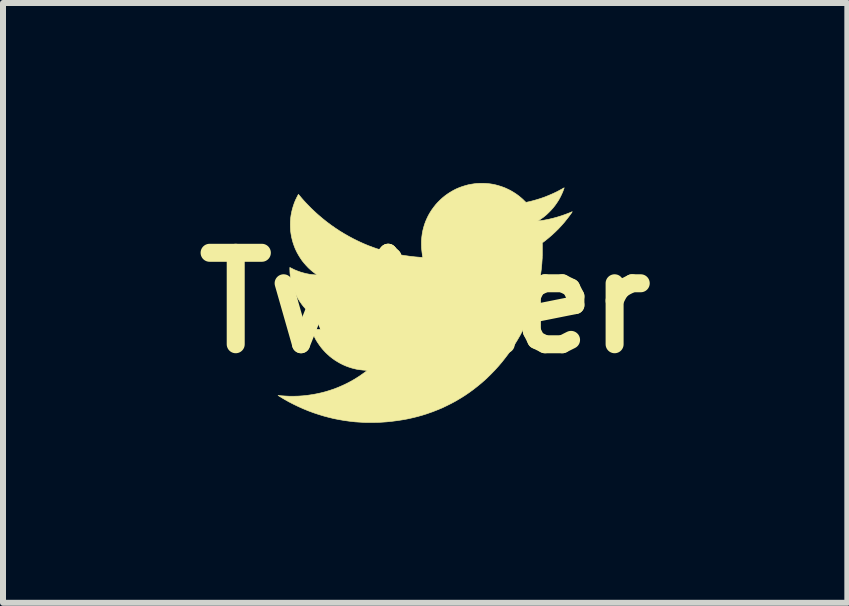
<source format=kicad_pcb>
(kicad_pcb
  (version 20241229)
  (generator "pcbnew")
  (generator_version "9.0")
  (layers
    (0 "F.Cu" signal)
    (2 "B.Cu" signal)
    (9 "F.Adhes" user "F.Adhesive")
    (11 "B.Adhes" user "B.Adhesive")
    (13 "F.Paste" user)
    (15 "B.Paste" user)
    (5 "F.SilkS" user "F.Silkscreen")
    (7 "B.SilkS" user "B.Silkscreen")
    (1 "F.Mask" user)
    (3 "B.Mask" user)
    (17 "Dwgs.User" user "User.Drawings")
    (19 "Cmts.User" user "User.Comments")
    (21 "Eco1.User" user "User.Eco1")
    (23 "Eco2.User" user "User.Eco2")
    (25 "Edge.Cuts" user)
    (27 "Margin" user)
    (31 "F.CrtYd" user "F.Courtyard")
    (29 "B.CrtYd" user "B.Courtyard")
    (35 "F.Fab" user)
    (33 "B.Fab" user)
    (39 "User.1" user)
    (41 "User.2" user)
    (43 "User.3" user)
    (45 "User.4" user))
  (footprint "Twitter"
    (layer "F.Cu")
    (at 4.035 1.997)
    (property "Reference" "Twitter" (at 0 0 0) (layer "F.SilkS") (effects (font (size 1.524 1.524) (thickness 0.3))))
    (attr through_hole)
    (fp_poly (pts (xy 0.943 -1.992) (xy 0.961 -1.992) (xy 0.977 -1.992) (xy 0.991 -1.991) (xy 1.003 -1.991) (xy 1.015 -1.99) (xy 1.027 -1.989) (xy 1.038 -1.988) (xy 1.051 -1.987) (xy 1.065 -1.985) (xy 1.072 -1.985) (xy 1.124 -1.977) (xy 1.176 -1.966) (xy 1.227 -1.952) (xy 1.277 -1.936) (xy 1.326 -1.918) (xy 1.374 -1.896) (xy 1.421 -1.873) (xy 1.467 -1.846) (xy 1.511 -1.818) (xy 1.554 -1.787) (xy 1.596 -1.753) (xy 1.614 -1.737) (xy 1.619 -1.733) (xy 1.626 -1.727) (xy 1.633 -1.72) (xy 1.641 -1.712) (xy 1.649 -1.704) (xy 1.653 -1.7) (xy 1.679 -1.675) (xy 1.71 -1.681) (xy 1.782 -1.698) (xy 1.854 -1.718) (xy 1.925 -1.74) (xy 1.996 -1.765) (xy 2.065 -1.793) (xy 2.134 -1.823) (xy 2.201 -1.855) (xy 2.266 -1.89) (xy 2.29 -1.903) (xy 2.297 -1.907) (xy 2.304 -1.911) (xy 2.31 -1.914) (xy 2.314 -1.917) (xy 2.316 -1.918) (xy 2.316 -1.918) (xy 2.316 -1.916) (xy 2.315 -1.913) (xy 2.314 -1.908) (xy 2.312 -1.904) (xy 2.294 -1.854) (xy 2.273 -1.806) (xy 2.249 -1.758) (xy 2.224 -1.712) (xy 2.195 -1.668) (xy 2.165 -1.625) (xy 2.132 -1.583) (xy 2.097 -1.544) (xy 2.06 -1.506) (xy 2.021 -1.469) (xy 2.003 -1.454) (xy 1.992 -1.445) (xy 1.981 -1.436) (xy 1.97 -1.427) (xy 1.959 -1.419) (xy 1.947 -1.411) (xy 1.934 -1.402) (xy 1.92 -1.392) (xy 1.904 -1.381) (xy 1.886 -1.37) (xy 1.883 -1.368) (xy 1.876 -1.363) (xy 1.885 -1.364) (xy 1.892 -1.365) (xy 1.9 -1.366) (xy 1.911 -1.367) (xy 1.922 -1.369) (xy 1.935 -1.371) (xy 1.948 -1.373) (xy 1.96 -1.375) (xy 1.973 -1.377) (xy 1.981 -1.378) (xy 2.054 -1.392) (xy 2.127 -1.409) (xy 2.2 -1.429) (xy 2.271 -1.451) (xy 2.342 -1.476) (xy 2.412 -1.503) (xy 2.436 -1.513) (xy 2.441 -1.516) (xy 2.446 -1.518) (xy 2.45 -1.519) (xy 2.451 -1.519) (xy 2.45 -1.518) (xy 2.448 -1.514) (xy 2.445 -1.509) (xy 2.44 -1.502) (xy 2.435 -1.494) (xy 2.428 -1.485) (xy 2.421 -1.475) (xy 2.414 -1.465) (xy 2.406 -1.454) (xy 2.398 -1.443) (xy 2.39 -1.432) (xy 2.382 -1.422) (xy 2.374 -1.412) (xy 2.367 -1.403) (xy 2.321 -1.345) (xy 2.272 -1.289) (xy 2.221 -1.234) (xy 2.168 -1.182) (xy 2.113 -1.131) (xy 2.056 -1.082) (xy 1.997 -1.034) (xy 1.977 -1.019) (xy 1.951 -1) (xy 1.952 -0.978) (xy 1.952 -0.968) (xy 1.952 -0.956) (xy 1.952 -0.942) (xy 1.952 -0.927) (xy 1.952 -0.91) (xy 1.952 -0.893) (xy 1.952 -0.875) (xy 1.952 -0.857) (xy 1.952 -0.839) (xy 1.952 -0.822) (xy 1.952 -0.805) (xy 1.952 -0.789) (xy 1.951 -0.775) (xy 1.951 -0.762) (xy 1.951 -0.751) (xy 1.951 -0.743) (xy 1.95 -0.739) (xy 1.944 -0.649) (xy 1.935 -0.56) (xy 1.924 -0.473) (xy 1.91 -0.386) (xy 1.894 -0.299) (xy 1.874 -0.214) (xy 1.853 -0.128) (xy 1.828 -0.043) (xy 1.801 0.042) (xy 1.771 0.127) (xy 1.767 0.137) (xy 1.734 0.221) (xy 1.699 0.304) (xy 1.661 0.386) (xy 1.621 0.467) (xy 1.579 0.546) (xy 1.534 0.623) (xy 1.487 0.7) (xy 1.438 0.774) (xy 1.387 0.847) (xy 1.333 0.918) (xy 1.278 0.988) (xy 1.221 1.055) (xy 1.161 1.121) (xy 1.1 1.184) (xy 1.037 1.246) (xy 1.003 1.278) (xy 0.937 1.336) (xy 0.87 1.391) (xy 0.801 1.445) (xy 0.731 1.496) (xy 0.659 1.545) (xy 0.585 1.591) (xy 0.511 1.635) (xy 0.435 1.676) (xy 0.357 1.715) (xy 0.279 1.752) (xy 0.199 1.785) (xy 0.118 1.817) (xy 0.102 1.822) (xy 0.023 1.85) (xy -0.057 1.875) (xy -0.137 1.897) (xy -0.219 1.917) (xy -0.301 1.935) (xy -0.385 1.95) (xy -0.47 1.963) (xy -0.556 1.974) (xy -0.643 1.983) (xy -0.732 1.989) (xy -0.771 1.991) (xy -0.778 1.991) (xy -0.788 1.992) (xy -0.799 1.992) (xy -0.813 1.992) (xy -0.827 1.992) (xy -0.843 1.993) (xy -0.86 1.993) (xy -0.876 1.993) (xy -0.893 1.993) (xy -0.91 1.993) (xy -0.926 1.993) (xy -0.941 1.993) (xy -0.954 1.993) (xy -0.966 1.993) (xy -0.976 1.993) (xy -0.983 1.993) (xy -0.986 1.993) (xy -1.02 1.992) (xy -1.054 1.99) (xy -1.087 1.988) (xy -1.12 1.986) (xy -1.15 1.984) (xy -1.166 1.983) (xy -1.255 1.973) (xy -1.343 1.961) (xy -1.431 1.946) (xy -1.519 1.929) (xy -1.606 1.908) (xy -1.692 1.885) (xy -1.777 1.859) (xy -1.861 1.831) (xy -1.945 1.8) (xy -2.028 1.766) (xy -2.109 1.73) (xy -2.19 1.691) (xy -2.27 1.65) (xy -2.348 1.606) (xy -2.426 1.559) (xy -2.429 1.557) (xy -2.435 1.553) (xy -2.441 1.549) (xy -2.445 1.546) (xy -2.448 1.545) (xy -2.449 1.544) (xy -2.451 1.543) (xy -2.45 1.542) (xy -2.447 1.543) (xy -2.447 1.543) (xy -2.444 1.543) (xy -2.439 1.544) (xy -2.432 1.545) (xy -2.424 1.545) (xy -2.414 1.546) (xy -2.412 1.547) (xy -2.338 1.552) (xy -2.263 1.556) (xy -2.188 1.556) (xy -2.113 1.554) (xy -2.038 1.549) (xy -1.963 1.541) (xy -1.889 1.53) (xy -1.88 1.529) (xy -1.805 1.515) (xy -1.732 1.499) (xy -1.659 1.48) (xy -1.587 1.458) (xy -1.516 1.434) (xy -1.447 1.407) (xy -1.378 1.377) (xy -1.31 1.345) (xy -1.243 1.31) (xy -1.178 1.273) (xy -1.114 1.233) (xy -1.051 1.19) (xy -0.997 1.151) (xy -0.989 1.145) (xy -0.981 1.14) (xy -0.975 1.135) (xy -0.97 1.131) (xy -0.967 1.128) (xy -0.965 1.127) (xy -0.965 1.126) (xy -0.966 1.126) (xy -0.969 1.125) (xy -0.973 1.125) (xy -0.98 1.124) (xy -0.985 1.124) (xy -1.038 1.12) (xy -1.089 1.114) (xy -1.14 1.106) (xy -1.171 1.099) (xy -1.222 1.086) (xy -1.272 1.07) (xy -1.321 1.052) (xy -1.369 1.031) (xy -1.415 1.008) (xy -1.46 0.982) (xy -1.504 0.955) (xy -1.546 0.925) (xy -1.587 0.893) (xy -1.625 0.859) (xy -1.663 0.823) (xy -1.698 0.785) (xy -1.731 0.746) (xy -1.762 0.704) (xy -1.792 0.661) (xy -1.819 0.617) (xy -1.843 0.571) (xy -1.866 0.523) (xy -1.881 0.485) (xy -1.885 0.475) (xy -1.889 0.465) (xy -1.893 0.456) (xy -1.896 0.447) (xy -1.898 0.44) (xy -1.9 0.434) (xy -1.902 0.429) (xy -1.902 0.427) (xy -1.902 0.427) (xy -1.901 0.427) (xy -1.897 0.428) (xy -1.891 0.428) (xy -1.884 0.429) (xy -1.878 0.43) (xy -1.851 0.435) (xy -1.825 0.438) (xy -1.799 0.441) (xy -1.773 0.442) (xy -1.745 0.443) (xy -1.715 0.444) (xy -1.713 0.444) (xy -1.677 0.443) (xy -1.644 0.442) (xy -1.611 0.439) (xy -1.579 0.435) (xy -1.546 0.43) (xy -1.515 0.425) (xy -1.506 0.423) (xy -1.497 0.421) (xy -1.488 0.419) (xy -1.478 0.417) (xy -1.47 0.414) (xy -1.462 0.413) (xy -1.456 0.411) (xy -1.452 0.41) (xy -1.452 0.409) (xy -1.452 0.409) (xy -1.454 0.408) (xy -1.459 0.406) (xy -1.467 0.404) (xy -1.472 0.403) (xy -1.523 0.39) (xy -1.574 0.374) (xy -1.623 0.356) (xy -1.672 0.335) (xy -1.719 0.312) (xy -1.765 0.286) (xy -1.809 0.258) (xy -1.832 0.242) (xy -1.875 0.21) (xy -1.915 0.176) (xy -1.954 0.14) (xy -1.99 0.102) (xy -2.025 0.063) (xy -2.057 0.022) (xy -2.087 -0.021) (xy -2.115 -0.065) (xy -2.14 -0.11) (xy -2.163 -0.157) (xy -2.184 -0.204) (xy -2.202 -0.253) (xy -2.217 -0.303) (xy -2.23 -0.354) (xy -2.241 -0.405) (xy -2.246 -0.438) (xy -2.248 -0.457) (xy -2.25 -0.474) (xy -2.252 -0.49) (xy -2.253 -0.507) (xy -2.254 -0.524) (xy -2.254 -0.542) (xy -2.255 -0.549) (xy -2.255 -0.59) (xy -2.229 -0.577) (xy -2.181 -0.553) (xy -2.132 -0.533) (xy -2.083 -0.515) (xy -2.032 -0.5) (xy -1.981 -0.487) (xy -1.928 -0.477) (xy -1.876 -0.47) (xy -1.823 -0.466) (xy -1.816 -0.465) (xy -1.809 -0.465) (xy -1.804 -0.465) (xy -1.801 -0.465) (xy -1.801 -0.465) (xy -1.802 -0.466) (xy -1.805 -0.468) (xy -1.809 -0.471) (xy -1.815 -0.476) (xy -1.822 -0.481) (xy -1.824 -0.482) (xy -1.866 -0.514) (xy -1.907 -0.548) (xy -1.946 -0.584) (xy -1.982 -0.622) (xy -2.017 -0.662) (xy -2.05 -0.703) (xy -2.08 -0.747) (xy -2.108 -0.792) (xy -2.134 -0.838) (xy -2.142 -0.854) (xy -2.165 -0.902) (xy -2.184 -0.951) (xy -2.201 -1) (xy -2.215 -1.05) (xy -2.227 -1.1) (xy -2.236 -1.152) (xy -2.243 -1.203) (xy -2.246 -1.255) (xy -2.247 -1.306) (xy -2.246 -1.358) (xy -2.242 -1.41) (xy -2.235 -1.461) (xy -2.225 -1.513) (xy -2.213 -1.563) (xy -2.198 -1.613) (xy -2.181 -1.663) (xy -2.162 -1.71) (xy -2.158 -1.718) (xy -2.153 -1.728) (xy -2.148 -1.738) (xy -2.143 -1.749) (xy -2.138 -1.759) (xy -2.133 -1.769) (xy -2.128 -1.779) (xy -2.123 -1.788) (xy -2.119 -1.795) (xy -2.116 -1.801) (xy -2.113 -1.805) (xy -2.112 -1.807) (xy -2.111 -1.808) (xy -2.11 -1.806) (xy -2.107 -1.803) (xy -2.104 -1.799) (xy -2.099 -1.793) (xy -2.093 -1.787) (xy -2.09 -1.783) (xy -2.056 -1.742) (xy -2.019 -1.7) (xy -1.98 -1.658) (xy -1.94 -1.617) (xy -1.899 -1.575) (xy -1.857 -1.535) (xy -1.815 -1.496) (xy -1.78 -1.465) (xy -1.712 -1.407) (xy -1.642 -1.351) (xy -1.57 -1.297) (xy -1.497 -1.246) (xy -1.423 -1.197) (xy -1.347 -1.151) (xy -1.27 -1.107) (xy -1.191 -1.065) (xy -1.112 -1.026) (xy -1.031 -0.989) (xy -0.95 -0.955) (xy -0.867 -0.924) (xy -0.804 -0.902) (xy -0.75 -0.885) (xy -0.697 -0.869) (xy -0.645 -0.854) (xy -0.592 -0.84) (xy -0.539 -0.827) (xy -0.484 -0.815) (xy -0.427 -0.804) (xy -0.394 -0.797) (xy -0.365 -0.792) (xy -0.334 -0.787) (xy -0.301 -0.783) (xy -0.268 -0.778) (xy -0.233 -0.774) (xy -0.199 -0.77) (xy -0.166 -0.766) (xy -0.15 -0.765) (xy -0.14 -0.764) (xy -0.128 -0.763) (xy -0.116 -0.762) (xy -0.104 -0.761) (xy -0.092 -0.76) (xy -0.08 -0.759) (xy -0.069 -0.759) (xy -0.059 -0.758) (xy -0.051 -0.758) (xy -0.044 -0.757) (xy -0.039 -0.757) (xy -0.037 -0.757) (xy -0.037 -0.757) (xy -0.037 -0.759) (xy -0.038 -0.762) (xy -0.039 -0.768) (xy -0.04 -0.775) (xy -0.041 -0.781) (xy -0.048 -0.812) (xy -0.053 -0.846) (xy -0.057 -0.883) (xy -0.059 -0.904) (xy -0.06 -0.913) (xy -0.061 -0.924) (xy -0.061 -0.936) (xy -0.061 -0.951) (xy -0.062 -0.966) (xy -0.062 -0.981) (xy -0.062 -0.996) (xy -0.062 -1.01) (xy -0.062 -1.024) (xy -0.061 -1.035) (xy -0.061 -1.045) (xy -0.056 -1.099) (xy -0.049 -1.152) (xy -0.039 -1.205) (xy -0.026 -1.256) (xy -0.011 -1.306) (xy 0.007 -1.356) (xy 0.028 -1.404) (xy 0.051 -1.452) (xy 0.077 -1.498) (xy 0.106 -1.544) (xy 0.113 -1.554) (xy 0.143 -1.595) (xy 0.175 -1.636) (xy 0.21 -1.675) (xy 0.247 -1.712) (xy 0.285 -1.747) (xy 0.325 -1.78) (xy 0.367 -1.811) (xy 0.411 -1.84) (xy 0.423 -1.847) (xy 0.469 -1.874) (xy 0.516 -1.898) (xy 0.565 -1.919) (xy 0.614 -1.937) (xy 0.665 -1.953) (xy 0.716 -1.967) (xy 0.768 -1.977) (xy 0.821 -1.985) (xy 0.827 -1.986) (xy 0.84 -1.987) (xy 0.852 -1.989) (xy 0.863 -1.99) (xy 0.873 -1.99) (xy 0.884 -1.991) (xy 0.896 -1.991) (xy 0.909 -1.992) (xy 0.924 -1.992) (xy 0.941 -1.992) (xy 0.943 -1.992)) (stroke (width 0.01) (type solid)) (fill yes) (layer "F.SilkS")))
  (gr_rect
    (start -3 -3)
    (end 11.07 6.995)
    (stroke (width 0.1) (type default))
    (fill no)
    (layer "Edge.Cuts")))
</source>
